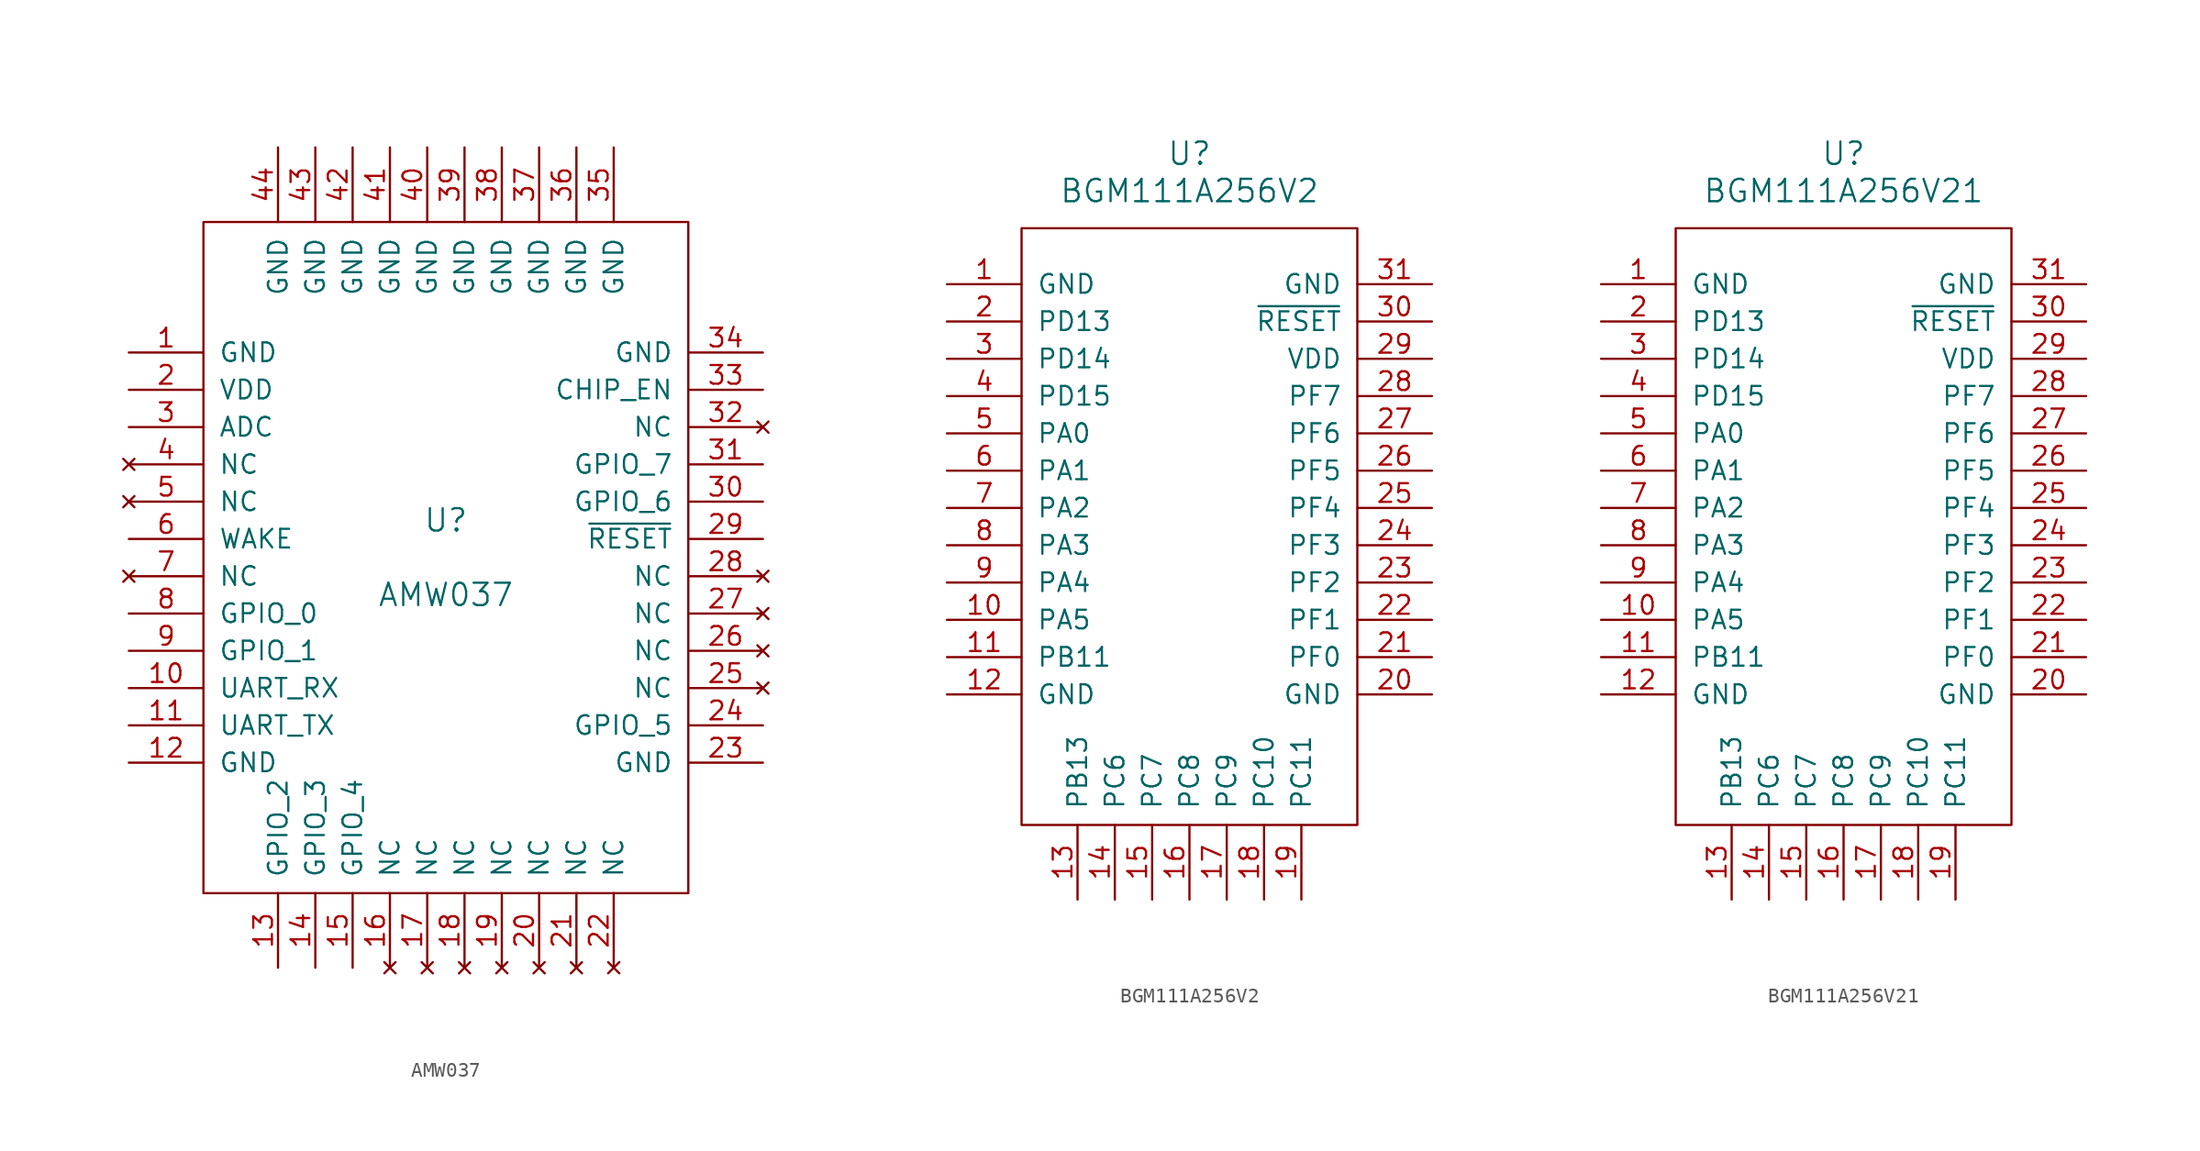
<source format=kicad_sym>
(kicad_symbol_lib
  (version 20201005)
  (generator kicad_symbol_editor)
  (symbol "AMW037"
    (pin_names
      (offset 1.016))
    (property "Reference" "U"
      (at 0 2.54 0)
      (effects (font (size 1.524 1.524))))
    (property "Value" "AMW037"
      (at 0 -2.54 0)
      (effects (font (size 1.524 1.524))))
    (symbol "AMW037_0_1"
      (rectangle (start -16.51 22.86) (end 16.51 -22.86) (stroke (width 0)) (fill (type none))))
    (symbol "AMW037_1_1"
      (pin power_in line (at -21.59 13.97 0) (length 5.08) (name "GND" (effects (font (size 1.27 1.27)))) (number "1" (effects (font (size 1.27 1.27)))))
      (pin input line (at -21.59 -8.89 0) (length 5.08) (name "UART_RX" (effects (font (size 1.27 1.27)))) (number "10" (effects (font (size 1.27 1.27)))))
      (pin output line (at -21.59 -11.43 0) (length 5.08) (name "UART_TX" (effects (font (size 1.27 1.27)))) (number "11" (effects (font (size 1.27 1.27)))))
      (pin power_in line (at -21.59 -13.97 0) (length 5.08) (name "GND" (effects (font (size 1.27 1.27)))) (number "12" (effects (font (size 1.27 1.27)))))
      (pin bidirectional line (at -11.43 -27.94 90) (length 5.08) (name "GPIO_2" (effects (font (size 1.27 1.27)))) (number "13" (effects (font (size 1.27 1.27)))))
      (pin bidirectional line (at -8.89 -27.94 90) (length 5.08) (name "GPIO_3" (effects (font (size 1.27 1.27)))) (number "14" (effects (font (size 1.27 1.27)))))
      (pin bidirectional line (at -6.35 -27.94 90) (length 5.08) (name "GPIO_4" (effects (font (size 1.27 1.27)))) (number "15" (effects (font (size 1.27 1.27)))))
      (pin unconnected line (at -3.81 -27.94 90) (length 5.08) (name "NC" (effects (font (size 1.27 1.27)))) (number "16" (effects (font (size 1.27 1.27)))))
      (pin unconnected line (at -1.27 -27.94 90) (length 5.08) (name "NC" (effects (font (size 1.27 1.27)))) (number "17" (effects (font (size 1.27 1.27)))))
      (pin unconnected line (at 1.27 -27.94 90) (length 5.08) (name "NC" (effects (font (size 1.27 1.27)))) (number "18" (effects (font (size 1.27 1.27)))))
      (pin unconnected line (at 3.81 -27.94 90) (length 5.08) (name "NC" (effects (font (size 1.27 1.27)))) (number "19" (effects (font (size 1.27 1.27)))))
      (pin power_in line (at -21.59 11.43 0) (length 5.08) (name "VDD" (effects (font (size 1.27 1.27)))) (number "2" (effects (font (size 1.27 1.27)))))
      (pin unconnected line (at 6.35 -27.94 90) (length 5.08) (name "NC" (effects (font (size 1.27 1.27)))) (number "20" (effects (font (size 1.27 1.27)))))
      (pin unconnected line (at 8.89 -27.94 90) (length 5.08) (name "NC" (effects (font (size 1.27 1.27)))) (number "21" (effects (font (size 1.27 1.27)))))
      (pin unconnected line (at 11.43 -27.94 90) (length 5.08) (name "NC" (effects (font (size 1.27 1.27)))) (number "22" (effects (font (size 1.27 1.27)))))
      (pin power_in line (at 21.59 -13.97 180) (length 5.08) (name "GND" (effects (font (size 1.27 1.27)))) (number "23" (effects (font (size 1.27 1.27)))))
      (pin bidirectional line (at 21.59 -11.43 180) (length 5.08) (name "GPIO_5" (effects (font (size 1.27 1.27)))) (number "24" (effects (font (size 1.27 1.27)))))
      (pin unconnected line (at 21.59 -8.89 180) (length 5.08) (name "NC" (effects (font (size 1.27 1.27)))) (number "25" (effects (font (size 1.27 1.27)))))
      (pin unconnected line (at 21.59 -6.35 180) (length 5.08) (name "NC" (effects (font (size 1.27 1.27)))) (number "26" (effects (font (size 1.27 1.27)))))
      (pin unconnected line (at 21.59 -3.81 180) (length 5.08) (name "NC" (effects (font (size 1.27 1.27)))) (number "27" (effects (font (size 1.27 1.27)))))
      (pin unconnected line (at 21.59 -1.27 180) (length 5.08) (name "NC" (effects (font (size 1.27 1.27)))) (number "28" (effects (font (size 1.27 1.27)))))
      (pin input line (at 21.59 1.27 180) (length 5.08) (name "~RESET" (effects (font (size 1.27 1.27)))) (number "29" (effects (font (size 1.27 1.27)))))
      (pin input line (at -21.59 8.89 0) (length 5.08) (name "ADC" (effects (font (size 1.27 1.27)))) (number "3" (effects (font (size 1.27 1.27)))))
      (pin bidirectional line (at 21.59 3.81 180) (length 5.08) (name "GPIO_6" (effects (font (size 1.27 1.27)))) (number "30" (effects (font (size 1.27 1.27)))))
      (pin bidirectional line (at 21.59 6.35 180) (length 5.08) (name "GPIO_7" (effects (font (size 1.27 1.27)))) (number "31" (effects (font (size 1.27 1.27)))))
      (pin unconnected line (at 21.59 8.89 180) (length 5.08) (name "NC" (effects (font (size 1.27 1.27)))) (number "32" (effects (font (size 1.27 1.27)))))
      (pin input line (at 21.59 11.43 180) (length 5.08) (name "CHIP_EN" (effects (font (size 1.27 1.27)))) (number "33" (effects (font (size 1.27 1.27)))))
      (pin power_in line (at 21.59 13.97 180) (length 5.08) (name "GND" (effects (font (size 1.27 1.27)))) (number "34" (effects (font (size 1.27 1.27)))))
      (pin power_in line (at 11.43 27.94 270) (length 5.08) (name "GND" (effects (font (size 1.27 1.27)))) (number "35" (effects (font (size 1.27 1.27)))))
      (pin power_in line (at 8.89 27.94 270) (length 5.08) (name "GND" (effects (font (size 1.27 1.27)))) (number "36" (effects (font (size 1.27 1.27)))))
      (pin power_in line (at 6.35 27.94 270) (length 5.08) (name "GND" (effects (font (size 1.27 1.27)))) (number "37" (effects (font (size 1.27 1.27)))))
      (pin power_in line (at 3.81 27.94 270) (length 5.08) (name "GND" (effects (font (size 1.27 1.27)))) (number "38" (effects (font (size 1.27 1.27)))))
      (pin power_in line (at 1.27 27.94 270) (length 5.08) (name "GND" (effects (font (size 1.27 1.27)))) (number "39" (effects (font (size 1.27 1.27)))))
      (pin unconnected line (at -21.59 6.35 0) (length 5.08) (name "NC" (effects (font (size 1.27 1.27)))) (number "4" (effects (font (size 1.27 1.27)))))
      (pin power_in line (at -1.27 27.94 270) (length 5.08) (name "GND" (effects (font (size 1.27 1.27)))) (number "40" (effects (font (size 1.27 1.27)))))
      (pin power_in line (at -3.81 27.94 270) (length 5.08) (name "GND" (effects (font (size 1.27 1.27)))) (number "41" (effects (font (size 1.27 1.27)))))
      (pin power_in line (at -6.35 27.94 270) (length 5.08) (name "GND" (effects (font (size 1.27 1.27)))) (number "42" (effects (font (size 1.27 1.27)))))
      (pin power_in line (at -8.89 27.94 270) (length 5.08) (name "GND" (effects (font (size 1.27 1.27)))) (number "43" (effects (font (size 1.27 1.27)))))
      (pin power_in line (at -11.43 27.94 270) (length 5.08) (name "GND" (effects (font (size 1.27 1.27)))) (number "44" (effects (font (size 1.27 1.27)))))
      (pin unconnected line (at -21.59 3.81 0) (length 5.08) (name "NC" (effects (font (size 1.27 1.27)))) (number "5" (effects (font (size 1.27 1.27)))))
      (pin output line (at -21.59 1.27 0) (length 5.08) (name "WAKE" (effects (font (size 1.27 1.27)))) (number "6" (effects (font (size 1.27 1.27)))))
      (pin unconnected line (at -21.59 -1.27 0) (length 5.08) (name "NC" (effects (font (size 1.27 1.27)))) (number "7" (effects (font (size 1.27 1.27)))))
      (pin bidirectional line (at -21.59 -3.81 0) (length 5.08) (name "GPIO_0" (effects (font (size 1.27 1.27)))) (number "8" (effects (font (size 1.27 1.27)))))
      (pin bidirectional line (at -21.59 -6.35 0) (length 5.08) (name "GPIO_1" (effects (font (size 1.27 1.27)))) (number "9" (effects (font (size 1.27 1.27)))))))
  (symbol "BGM111A256V2"
    (pin_names
      (offset 1.016))
    (property "Reference" "U"
      (at 0 25.4 0)
      (effects (font (size 1.524 1.524))))
    (property "Value" "BGM111A256V2"
      (at 0 22.86 0)
      (effects (font (size 1.524 1.524))))
    (symbol "BGM111A256V2_0_1"
      (rectangle (start -11.43 20.32) (end 11.43 -20.32) (stroke (width 0)) (fill (type none))))
    (symbol "BGM111A256V2_1_1"
      (pin power_in line (at -16.51 16.51 0) (length 5.08) (name "GND" (effects (font (size 1.27 1.27)))) (number "1" (effects (font (size 1.27 1.27)))))
      (pin bidirectional line (at -16.51 -6.35 0) (length 5.08) (name "PA5" (effects (font (size 1.27 1.27)))) (number "10" (effects (font (size 1.27 1.27)))))
      (pin bidirectional line (at -16.51 -8.89 0) (length 5.08) (name "PB11" (effects (font (size 1.27 1.27)))) (number "11" (effects (font (size 1.27 1.27)))))
      (pin power_in line (at -16.51 -11.43 0) (length 5.08) (name "GND" (effects (font (size 1.27 1.27)))) (number "12" (effects (font (size 1.27 1.27)))))
      (pin bidirectional line (at -7.62 -25.4 90) (length 5.08) (name "PB13" (effects (font (size 1.27 1.27)))) (number "13" (effects (font (size 1.27 1.27)))))
      (pin bidirectional line (at -5.08 -25.4 90) (length 5.08) (name "PC6" (effects (font (size 1.27 1.27)))) (number "14" (effects (font (size 1.27 1.27)))))
      (pin bidirectional line (at -2.54 -25.4 90) (length 5.08) (name "PC7" (effects (font (size 1.27 1.27)))) (number "15" (effects (font (size 1.27 1.27)))))
      (pin bidirectional line (at 0 -25.4 90) (length 5.08) (name "PC8" (effects (font (size 1.27 1.27)))) (number "16" (effects (font (size 1.27 1.27)))))
      (pin bidirectional line (at 2.54 -25.4 90) (length 5.08) (name "PC9" (effects (font (size 1.27 1.27)))) (number "17" (effects (font (size 1.27 1.27)))))
      (pin bidirectional line (at 5.08 -25.4 90) (length 5.08) (name "PC10" (effects (font (size 1.27 1.27)))) (number "18" (effects (font (size 1.27 1.27)))))
      (pin bidirectional line (at 7.62 -25.4 90) (length 5.08) (name "PC11" (effects (font (size 1.27 1.27)))) (number "19" (effects (font (size 1.27 1.27)))))
      (pin bidirectional line (at -16.51 13.97 0) (length 5.08) (name "PD13" (effects (font (size 1.27 1.27)))) (number "2" (effects (font (size 1.27 1.27)))))
      (pin power_in line (at 16.51 -11.43 180) (length 5.08) (name "GND" (effects (font (size 1.27 1.27)))) (number "20" (effects (font (size 1.27 1.27)))))
      (pin bidirectional line (at 16.51 -8.89 180) (length 5.08) (name "PF0" (effects (font (size 1.27 1.27)))) (number "21" (effects (font (size 1.27 1.27)))))
      (pin bidirectional line (at 16.51 -6.35 180) (length 5.08) (name "PF1" (effects (font (size 1.27 1.27)))) (number "22" (effects (font (size 1.27 1.27)))))
      (pin bidirectional line (at 16.51 -3.81 180) (length 5.08) (name "PF2" (effects (font (size 1.27 1.27)))) (number "23" (effects (font (size 1.27 1.27)))))
      (pin bidirectional line (at 16.51 -1.27 180) (length 5.08) (name "PF3" (effects (font (size 1.27 1.27)))) (number "24" (effects (font (size 1.27 1.27)))))
      (pin bidirectional line (at 16.51 1.27 180) (length 5.08) (name "PF4" (effects (font (size 1.27 1.27)))) (number "25" (effects (font (size 1.27 1.27)))))
      (pin bidirectional line (at 16.51 3.81 180) (length 5.08) (name "PF5" (effects (font (size 1.27 1.27)))) (number "26" (effects (font (size 1.27 1.27)))))
      (pin bidirectional line (at 16.51 6.35 180) (length 5.08) (name "PF6" (effects (font (size 1.27 1.27)))) (number "27" (effects (font (size 1.27 1.27)))))
      (pin bidirectional line (at 16.51 8.89 180) (length 5.08) (name "PF7" (effects (font (size 1.27 1.27)))) (number "28" (effects (font (size 1.27 1.27)))))
      (pin power_in line (at 16.51 11.43 180) (length 5.08) (name "VDD" (effects (font (size 1.27 1.27)))) (number "29" (effects (font (size 1.27 1.27)))))
      (pin bidirectional line (at -16.51 11.43 0) (length 5.08) (name "PD14" (effects (font (size 1.27 1.27)))) (number "3" (effects (font (size 1.27 1.27)))))
      (pin input line (at 16.51 13.97 180) (length 5.08) (name "~RESET" (effects (font (size 1.27 1.27)))) (number "30" (effects (font (size 1.27 1.27)))))
      (pin power_in line (at 16.51 16.51 180) (length 5.08) (name "GND" (effects (font (size 1.27 1.27)))) (number "31" (effects (font (size 1.27 1.27)))))
      (pin bidirectional line (at -16.51 8.89 0) (length 5.08) (name "PD15" (effects (font (size 1.27 1.27)))) (number "4" (effects (font (size 1.27 1.27)))))
      (pin bidirectional line (at -16.51 6.35 0) (length 5.08) (name "PA0" (effects (font (size 1.27 1.27)))) (number "5" (effects (font (size 1.27 1.27)))))
      (pin bidirectional line (at -16.51 3.81 0) (length 5.08) (name "PA1" (effects (font (size 1.27 1.27)))) (number "6" (effects (font (size 1.27 1.27)))))
      (pin bidirectional line (at -16.51 1.27 0) (length 5.08) (name "PA2" (effects (font (size 1.27 1.27)))) (number "7" (effects (font (size 1.27 1.27)))))
      (pin bidirectional line (at -16.51 -1.27 0) (length 5.08) (name "PA3" (effects (font (size 1.27 1.27)))) (number "8" (effects (font (size 1.27 1.27)))))
      (pin bidirectional line (at -16.51 -3.81 0) (length 5.08) (name "PA4" (effects (font (size 1.27 1.27)))) (number "9" (effects (font (size 1.27 1.27)))))))
  (symbol "BGM111A256V21"
    (pin_names
      (offset 1.016))
    (property "Reference" "U"
      (at 0 25.4 0)
      (effects (font (size 1.524 1.524))))
    (property "Value" "BGM111A256V21"
      (at 0 22.86 0)
      (effects (font (size 1.524 1.524))))
    (symbol "BGM111A256V21_0_1"
      (rectangle (start -11.43 20.32) (end 11.43 -20.32) (stroke (width 0)) (fill (type none))))
    (symbol "BGM111A256V21_1_1"
      (pin power_in line (at -16.51 16.51 0) (length 5.08) (name "GND" (effects (font (size 1.27 1.27)))) (number "1" (effects (font (size 1.27 1.27)))))
      (pin bidirectional line (at -16.51 -6.35 0) (length 5.08) (name "PA5" (effects (font (size 1.27 1.27)))) (number "10" (effects (font (size 1.27 1.27)))))
      (pin bidirectional line (at -16.51 -8.89 0) (length 5.08) (name "PB11" (effects (font (size 1.27 1.27)))) (number "11" (effects (font (size 1.27 1.27)))))
      (pin power_in line (at -16.51 -11.43 0) (length 5.08) (name "GND" (effects (font (size 1.27 1.27)))) (number "12" (effects (font (size 1.27 1.27)))))
      (pin bidirectional line (at -7.62 -25.4 90) (length 5.08) (name "PB13" (effects (font (size 1.27 1.27)))) (number "13" (effects (font (size 1.27 1.27)))))
      (pin bidirectional line (at -5.08 -25.4 90) (length 5.08) (name "PC6" (effects (font (size 1.27 1.27)))) (number "14" (effects (font (size 1.27 1.27)))))
      (pin bidirectional line (at -2.54 -25.4 90) (length 5.08) (name "PC7" (effects (font (size 1.27 1.27)))) (number "15" (effects (font (size 1.27 1.27)))))
      (pin bidirectional line (at 0 -25.4 90) (length 5.08) (name "PC8" (effects (font (size 1.27 1.27)))) (number "16" (effects (font (size 1.27 1.27)))))
      (pin bidirectional line (at 2.54 -25.4 90) (length 5.08) (name "PC9" (effects (font (size 1.27 1.27)))) (number "17" (effects (font (size 1.27 1.27)))))
      (pin bidirectional line (at 5.08 -25.4 90) (length 5.08) (name "PC10" (effects (font (size 1.27 1.27)))) (number "18" (effects (font (size 1.27 1.27)))))
      (pin bidirectional line (at 7.62 -25.4 90) (length 5.08) (name "PC11" (effects (font (size 1.27 1.27)))) (number "19" (effects (font (size 1.27 1.27)))))
      (pin bidirectional line (at -16.51 13.97 0) (length 5.08) (name "PD13" (effects (font (size 1.27 1.27)))) (number "2" (effects (font (size 1.27 1.27)))))
      (pin power_in line (at 16.51 -11.43 180) (length 5.08) (name "GND" (effects (font (size 1.27 1.27)))) (number "20" (effects (font (size 1.27 1.27)))))
      (pin bidirectional line (at 16.51 -8.89 180) (length 5.08) (name "PF0" (effects (font (size 1.27 1.27)))) (number "21" (effects (font (size 1.27 1.27)))))
      (pin bidirectional line (at 16.51 -6.35 180) (length 5.08) (name "PF1" (effects (font (size 1.27 1.27)))) (number "22" (effects (font (size 1.27 1.27)))))
      (pin bidirectional line (at 16.51 -3.81 180) (length 5.08) (name "PF2" (effects (font (size 1.27 1.27)))) (number "23" (effects (font (size 1.27 1.27)))))
      (pin bidirectional line (at 16.51 -1.27 180) (length 5.08) (name "PF3" (effects (font (size 1.27 1.27)))) (number "24" (effects (font (size 1.27 1.27)))))
      (pin bidirectional line (at 16.51 1.27 180) (length 5.08) (name "PF4" (effects (font (size 1.27 1.27)))) (number "25" (effects (font (size 1.27 1.27)))))
      (pin bidirectional line (at 16.51 3.81 180) (length 5.08) (name "PF5" (effects (font (size 1.27 1.27)))) (number "26" (effects (font (size 1.27 1.27)))))
      (pin bidirectional line (at 16.51 6.35 180) (length 5.08) (name "PF6" (effects (font (size 1.27 1.27)))) (number "27" (effects (font (size 1.27 1.27)))))
      (pin bidirectional line (at 16.51 8.89 180) (length 5.08) (name "PF7" (effects (font (size 1.27 1.27)))) (number "28" (effects (font (size 1.27 1.27)))))
      (pin power_in line (at 16.51 11.43 180) (length 5.08) (name "VDD" (effects (font (size 1.27 1.27)))) (number "29" (effects (font (size 1.27 1.27)))))
      (pin bidirectional line (at -16.51 11.43 0) (length 5.08) (name "PD14" (effects (font (size 1.27 1.27)))) (number "3" (effects (font (size 1.27 1.27)))))
      (pin input line (at 16.51 13.97 180) (length 5.08) (name "~RESET" (effects (font (size 1.27 1.27)))) (number "30" (effects (font (size 1.27 1.27)))))
      (pin power_in line (at 16.51 16.51 180) (length 5.08) (name "GND" (effects (font (size 1.27 1.27)))) (number "31" (effects (font (size 1.27 1.27)))))
      (pin bidirectional line (at -16.51 8.89 0) (length 5.08) (name "PD15" (effects (font (size 1.27 1.27)))) (number "4" (effects (font (size 1.27 1.27)))))
      (pin bidirectional line (at -16.51 6.35 0) (length 5.08) (name "PA0" (effects (font (size 1.27 1.27)))) (number "5" (effects (font (size 1.27 1.27)))))
      (pin bidirectional line (at -16.51 3.81 0) (length 5.08) (name "PA1" (effects (font (size 1.27 1.27)))) (number "6" (effects (font (size 1.27 1.27)))))
      (pin bidirectional line (at -16.51 1.27 0) (length 5.08) (name "PA2" (effects (font (size 1.27 1.27)))) (number "7" (effects (font (size 1.27 1.27)))))
      (pin bidirectional line (at -16.51 -1.27 0) (length 5.08) (name "PA3" (effects (font (size 1.27 1.27)))) (number "8" (effects (font (size 1.27 1.27)))))
      (pin bidirectional line (at -16.51 -3.81 0) (length 5.08) (name "PA4" (effects (font (size 1.27 1.27)))) (number "9" (effects (font (size 1.27 1.27))))))))
</source>
